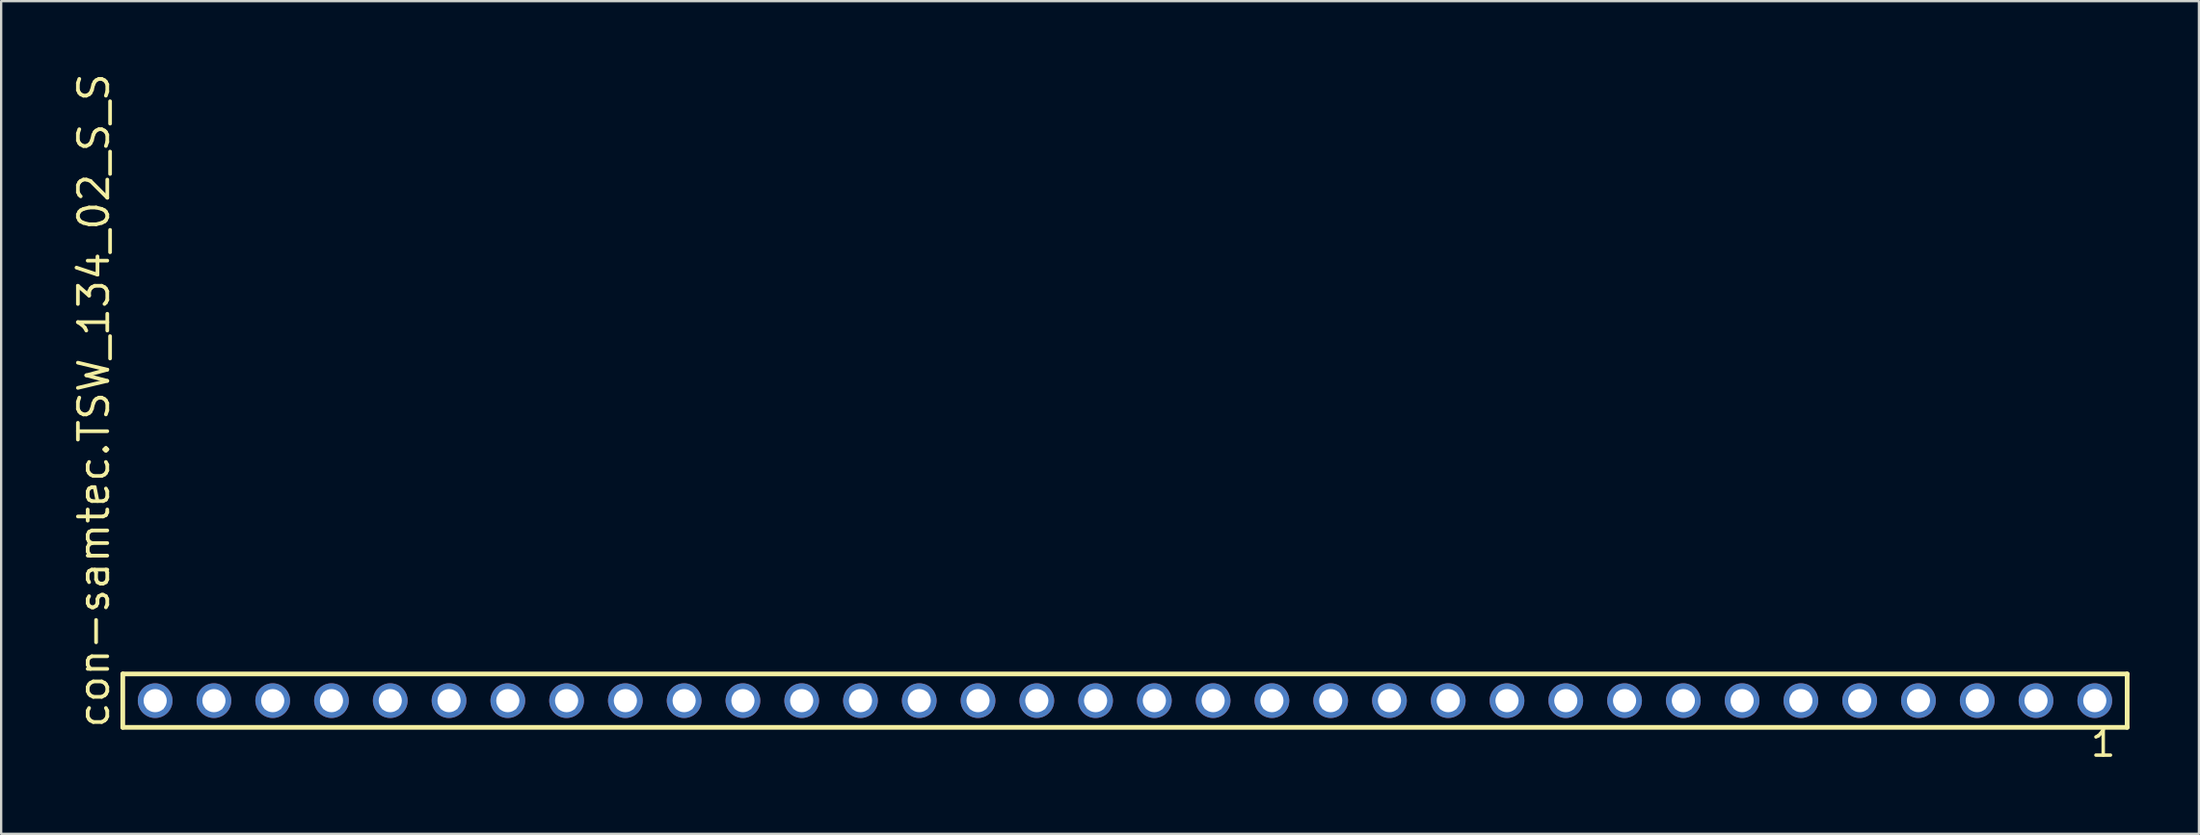
<source format=kicad_pcb>
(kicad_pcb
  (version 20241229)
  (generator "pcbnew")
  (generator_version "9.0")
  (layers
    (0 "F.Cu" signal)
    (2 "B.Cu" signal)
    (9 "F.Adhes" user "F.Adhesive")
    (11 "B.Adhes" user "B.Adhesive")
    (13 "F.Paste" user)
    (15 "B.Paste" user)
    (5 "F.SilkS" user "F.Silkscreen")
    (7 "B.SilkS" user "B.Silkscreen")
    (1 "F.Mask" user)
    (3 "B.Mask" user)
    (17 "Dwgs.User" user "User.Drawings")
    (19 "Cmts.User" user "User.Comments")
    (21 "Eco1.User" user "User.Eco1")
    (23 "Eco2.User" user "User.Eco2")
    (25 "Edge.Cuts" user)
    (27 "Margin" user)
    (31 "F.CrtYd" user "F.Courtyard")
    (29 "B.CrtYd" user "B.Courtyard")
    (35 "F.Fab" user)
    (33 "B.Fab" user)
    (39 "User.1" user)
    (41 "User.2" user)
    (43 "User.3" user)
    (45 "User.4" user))
  (footprint "con-samtec.TSW_134_02_S_S"
    (layer "F.Cu")
    (at 45.565 27.259)
    (property "Reference" "con-samtec.TSW_134_02_S_S" (at -43.815 1.27 90) (layer "F.SilkS") (effects (font (size 1.27 1.27) (thickness 0.16)) (justify left bottom)))
    (attr through_hole)
    (fp_line (start -43.309 -1.155) (end 43.309 -1.155) (stroke (width 0.203) (type default)) (layer "F.SilkS"))
    (fp_line (start -43.309 1.155) (end -43.309 -1.155) (stroke (width 0.203) (type default)) (layer "F.SilkS"))
    (fp_line (start 43.309 -1.155) (end 43.309 1.155) (stroke (width 0.203) (type default)) (layer "F.SilkS"))
    (fp_line (start 43.309 1.155) (end -43.309 1.155) (stroke (width 0.203) (type default)) (layer "F.SilkS"))
    (fp_rect (start -42.26 0.35) (end -41.56 -0.35) (stroke (width 0.05) (type default)) (fill no) (layer "F.Fab"))
    (fp_rect (start -39.72 0.35) (end -39.02 -0.35) (stroke (width 0.05) (type default)) (fill no) (layer "F.Fab"))
    (fp_rect (start -37.18 0.35) (end -36.48 -0.35) (stroke (width 0.05) (type default)) (fill no) (layer "F.Fab"))
    (fp_rect (start -34.64 0.35) (end -33.94 -0.35) (stroke (width 0.05) (type default)) (fill no) (layer "F.Fab"))
    (fp_rect (start -32.1 0.35) (end -31.4 -0.35) (stroke (width 0.05) (type default)) (fill no) (layer "F.Fab"))
    (fp_rect (start -29.56 0.35) (end -28.86 -0.35) (stroke (width 0.05) (type default)) (fill no) (layer "F.Fab"))
    (fp_rect (start -27.02 0.35) (end -26.32 -0.35) (stroke (width 0.05) (type default)) (fill no) (layer "F.Fab"))
    (fp_rect (start -24.48 0.35) (end -23.78 -0.35) (stroke (width 0.05) (type default)) (fill no) (layer "F.Fab"))
    (fp_rect (start -21.94 0.35) (end -21.24 -0.35) (stroke (width 0.05) (type default)) (fill no) (layer "F.Fab"))
    (fp_rect (start -19.4 0.35) (end -18.7 -0.35) (stroke (width 0.05) (type default)) (fill no) (layer "F.Fab"))
    (fp_rect (start -16.86 0.35) (end -16.16 -0.35) (stroke (width 0.05) (type default)) (fill no) (layer "F.Fab"))
    (fp_rect (start -14.32 0.35) (end -13.62 -0.35) (stroke (width 0.05) (type default)) (fill no) (layer "F.Fab"))
    (fp_rect (start -11.78 0.35) (end -11.08 -0.35) (stroke (width 0.05) (type default)) (fill no) (layer "F.Fab"))
    (fp_rect (start -9.24 0.35) (end -8.54 -0.35) (stroke (width 0.05) (type default)) (fill no) (layer "F.Fab"))
    (fp_rect (start -6.7 0.35) (end -6 -0.35) (stroke (width 0.05) (type default)) (fill no) (layer "F.Fab"))
    (fp_rect (start -4.16 0.35) (end -3.46 -0.35) (stroke (width 0.05) (type default)) (fill no) (layer "F.Fab"))
    (fp_rect (start -1.62 0.35) (end -0.92 -0.35) (stroke (width 0.05) (type default)) (fill no) (layer "F.Fab"))
    (fp_rect (start 0.92 0.35) (end 1.62 -0.35) (stroke (width 0.05) (type default)) (fill no) (layer "F.Fab"))
    (fp_rect (start 3.46 0.35) (end 4.16 -0.35) (stroke (width 0.05) (type default)) (fill no) (layer "F.Fab"))
    (fp_rect (start 6 0.35) (end 6.7 -0.35) (stroke (width 0.05) (type default)) (fill no) (layer "F.Fab"))
    (fp_rect (start 8.54 0.35) (end 9.24 -0.35) (stroke (width 0.05) (type default)) (fill no) (layer "F.Fab"))
    (fp_rect (start 11.08 0.35) (end 11.78 -0.35) (stroke (width 0.05) (type default)) (fill no) (layer "F.Fab"))
    (fp_rect (start 13.62 0.35) (end 14.32 -0.35) (stroke (width 0.05) (type default)) (fill no) (layer "F.Fab"))
    (fp_rect (start 16.16 0.35) (end 16.86 -0.35) (stroke (width 0.05) (type default)) (fill no) (layer "F.Fab"))
    (fp_rect (start 18.7 0.35) (end 19.4 -0.35) (stroke (width 0.05) (type default)) (fill no) (layer "F.Fab"))
    (fp_rect (start 21.24 0.35) (end 21.94 -0.35) (stroke (width 0.05) (type default)) (fill no) (layer "F.Fab"))
    (fp_rect (start 23.78 0.35) (end 24.48 -0.35) (stroke (width 0.05) (type default)) (fill no) (layer "F.Fab"))
    (fp_rect (start 26.32 0.35) (end 27.02 -0.35) (stroke (width 0.05) (type default)) (fill no) (layer "F.Fab"))
    (fp_rect (start 28.86 0.35) (end 29.56 -0.35) (stroke (width 0.05) (type default)) (fill no) (layer "F.Fab"))
    (fp_rect (start 31.4 0.35) (end 32.1 -0.35) (stroke (width 0.05) (type default)) (fill no) (layer "F.Fab"))
    (fp_rect (start 33.94 0.35) (end 34.64 -0.35) (stroke (width 0.05) (type default)) (fill no) (layer "F.Fab"))
    (fp_rect (start 36.48 0.35) (end 37.18 -0.35) (stroke (width 0.05) (type default)) (fill no) (layer "F.Fab"))
    (fp_rect (start 39.02 0.35) (end 39.72 -0.35) (stroke (width 0.05) (type default)) (fill no) (layer "F.Fab"))
    (fp_rect (start 41.56 0.35) (end 42.26 -0.35) (stroke (width 0.05) (type default)) (fill no) (layer "F.Fab"))
    (fp_text user "1" (at 41.652 2.498 0) (layer "F.SilkS") (effects (font (size 1.1 1.1) (thickness 0.15)) (justify left bottom)))
    (pad "1" thru_hole circle (at 41.91 0 180) (size 1.5 1.5) (drill 1) (layers "*.Cu" "*.Mask"))
    (pad "2" thru_hole circle (at 39.37 0 180) (size 1.5 1.5) (drill 1) (layers "*.Cu" "*.Mask"))
    (pad "3" thru_hole circle (at 36.83 0 180) (size 1.5 1.5) (drill 1) (layers "*.Cu" "*.Mask"))
    (pad "4" thru_hole circle (at 34.29 0 180) (size 1.5 1.5) (drill 1) (layers "*.Cu" "*.Mask"))
    (pad "5" thru_hole circle (at 31.75 0 180) (size 1.5 1.5) (drill 1) (layers "*.Cu" "*.Mask"))
    (pad "6" thru_hole circle (at 29.21 0 180) (size 1.5 1.5) (drill 1) (layers "*.Cu" "*.Mask"))
    (pad "7" thru_hole circle (at 26.67 0 180) (size 1.5 1.5) (drill 1) (layers "*.Cu" "*.Mask"))
    (pad "8" thru_hole circle (at 24.13 0 180) (size 1.5 1.5) (drill 1) (layers "*.Cu" "*.Mask"))
    (pad "9" thru_hole circle (at 21.59 0 180) (size 1.5 1.5) (drill 1) (layers "*.Cu" "*.Mask"))
    (pad "10" thru_hole circle (at 19.05 0 180) (size 1.5 1.5) (drill 1) (layers "*.Cu" "*.Mask"))
    (pad "11" thru_hole circle (at 16.51 0 180) (size 1.5 1.5) (drill 1) (layers "*.Cu" "*.Mask"))
    (pad "12" thru_hole circle (at 13.97 0 180) (size 1.5 1.5) (drill 1) (layers "*.Cu" "*.Mask"))
    (pad "13" thru_hole circle (at 11.43 0 180) (size 1.5 1.5) (drill 1) (layers "*.Cu" "*.Mask"))
    (pad "14" thru_hole circle (at 8.89 0 180) (size 1.5 1.5) (drill 1) (layers "*.Cu" "*.Mask"))
    (pad "15" thru_hole circle (at 6.35 0 180) (size 1.5 1.5) (drill 1) (layers "*.Cu" "*.Mask"))
    (pad "16" thru_hole circle (at 3.81 0 180) (size 1.5 1.5) (drill 1) (layers "*.Cu" "*.Mask"))
    (pad "17" thru_hole circle (at 1.27 0 180) (size 1.5 1.5) (drill 1) (layers "*.Cu" "*.Mask"))
    (pad "18" thru_hole circle (at -1.27 0 180) (size 1.5 1.5) (drill 1) (layers "*.Cu" "*.Mask"))
    (pad "19" thru_hole circle (at -3.81 0 180) (size 1.5 1.5) (drill 1) (layers "*.Cu" "*.Mask"))
    (pad "20" thru_hole circle (at -6.35 0 180) (size 1.5 1.5) (drill 1) (layers "*.Cu" "*.Mask"))
    (pad "21" thru_hole circle (at -8.89 0 180) (size 1.5 1.5) (drill 1) (layers "*.Cu" "*.Mask"))
    (pad "22" thru_hole circle (at -11.43 0 180) (size 1.5 1.5) (drill 1) (layers "*.Cu" "*.Mask"))
    (pad "23" thru_hole circle (at -13.97 0 180) (size 1.5 1.5) (drill 1) (layers "*.Cu" "*.Mask"))
    (pad "24" thru_hole circle (at -16.51 0 180) (size 1.5 1.5) (drill 1) (layers "*.Cu" "*.Mask"))
    (pad "25" thru_hole circle (at -19.05 0 180) (size 1.5 1.5) (drill 1) (layers "*.Cu" "*.Mask"))
    (pad "26" thru_hole circle (at -21.59 0 180) (size 1.5 1.5) (drill 1) (layers "*.Cu" "*.Mask"))
    (pad "27" thru_hole circle (at -24.13 0 180) (size 1.5 1.5) (drill 1) (layers "*.Cu" "*.Mask"))
    (pad "28" thru_hole circle (at -26.67 0 180) (size 1.5 1.5) (drill 1) (layers "*.Cu" "*.Mask"))
    (pad "29" thru_hole circle (at -29.21 0 180) (size 1.5 1.5) (drill 1) (layers "*.Cu" "*.Mask"))
    (pad "30" thru_hole circle (at -31.75 0 180) (size 1.5 1.5) (drill 1) (layers "*.Cu" "*.Mask"))
    (pad "31" thru_hole circle (at -34.29 0 180) (size 1.5 1.5) (drill 1) (layers "*.Cu" "*.Mask"))
    (pad "32" thru_hole circle (at -36.83 0 180) (size 1.5 1.5) (drill 1) (layers "*.Cu" "*.Mask"))
    (pad "33" thru_hole circle (at -39.37 0 180) (size 1.5 1.5) (drill 1) (layers "*.Cu" "*.Mask"))
    (pad "34" thru_hole circle (at -41.91 0 180) (size 1.5 1.5) (drill 1) (layers "*.Cu" "*.Mask")))
  (gr_rect
    (start -3 -3)
    (end 91.976 33.02)
    (stroke (width 0.1) (type default))
    (fill no)
    (layer "Edge.Cuts")))
</source>
